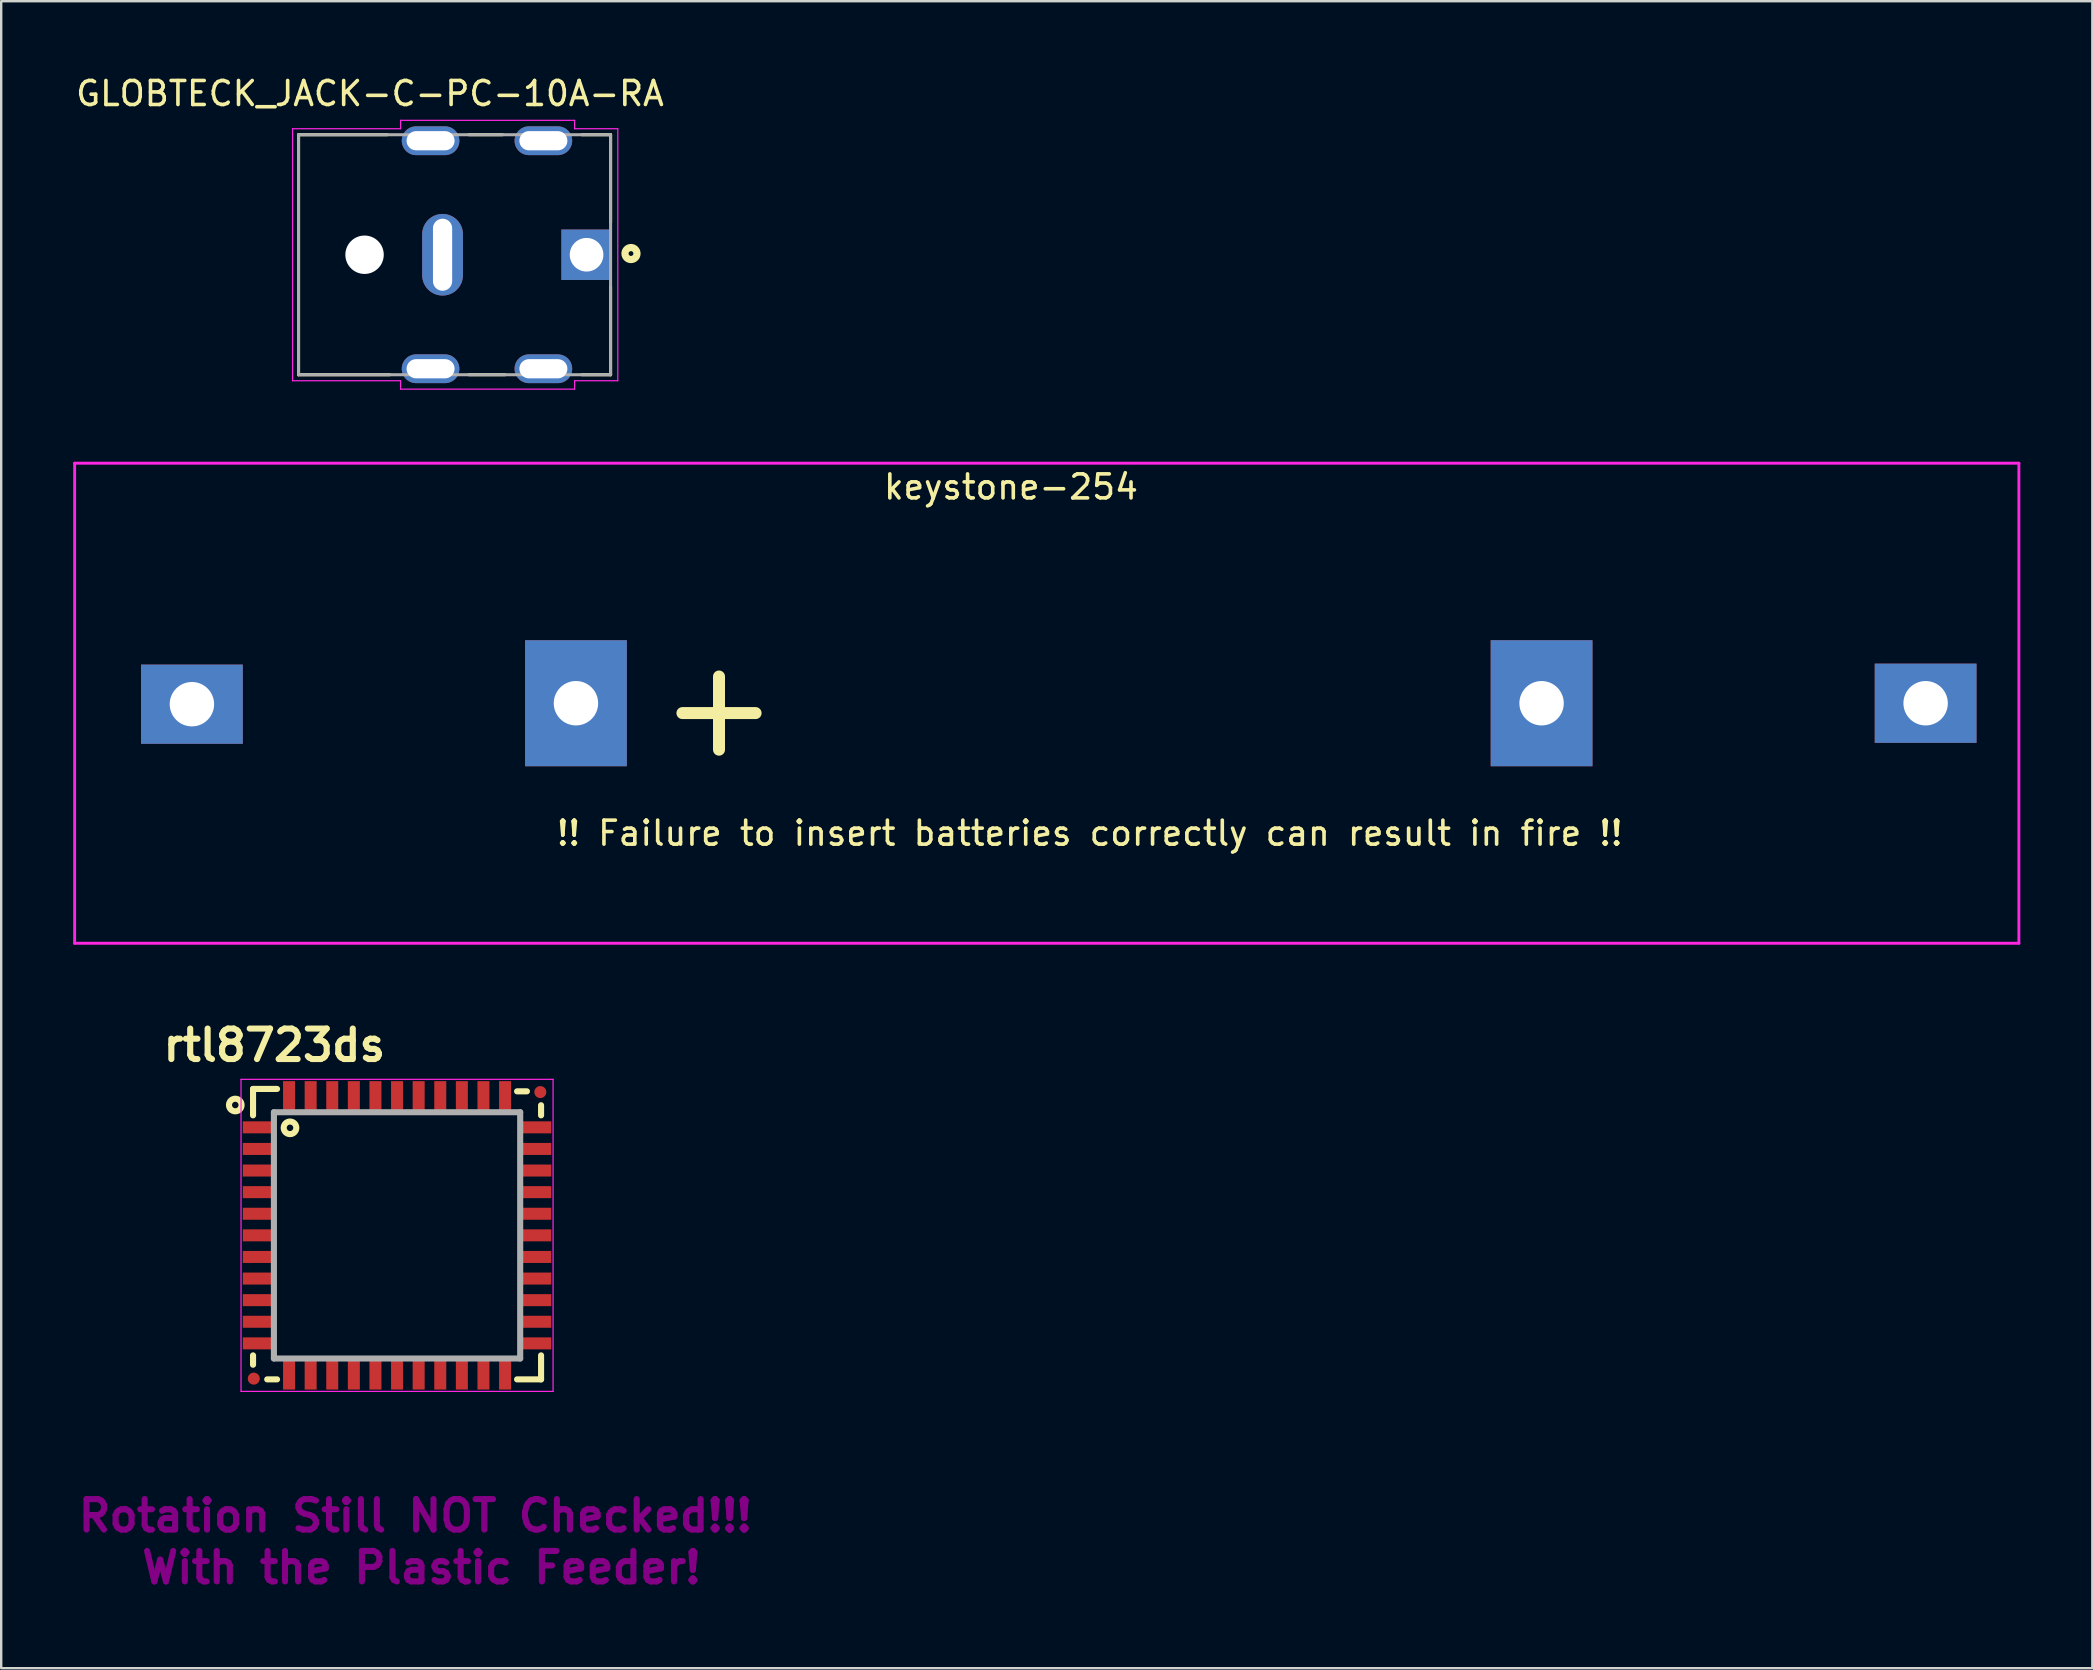
<source format=kicad_pcb>
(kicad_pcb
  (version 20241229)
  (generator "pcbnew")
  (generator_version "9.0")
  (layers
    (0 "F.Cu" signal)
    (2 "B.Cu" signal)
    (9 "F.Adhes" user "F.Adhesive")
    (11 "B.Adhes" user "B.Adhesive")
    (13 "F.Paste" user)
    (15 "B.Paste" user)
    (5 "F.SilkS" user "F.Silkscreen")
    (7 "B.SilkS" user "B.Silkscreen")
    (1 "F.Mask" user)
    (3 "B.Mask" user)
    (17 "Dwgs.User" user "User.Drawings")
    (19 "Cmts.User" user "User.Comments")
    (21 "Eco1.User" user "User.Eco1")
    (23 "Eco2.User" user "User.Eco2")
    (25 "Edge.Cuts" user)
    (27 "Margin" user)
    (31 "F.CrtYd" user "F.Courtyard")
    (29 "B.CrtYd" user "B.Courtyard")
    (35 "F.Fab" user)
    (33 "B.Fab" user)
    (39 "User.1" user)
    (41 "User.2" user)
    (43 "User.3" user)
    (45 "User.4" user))
  (footprint "GLOBTECK_JACK-C-PC-10A-RA"
    (layer "F.Cu")
    (at 15.888 7.563)
    (property "Reference" "GLOBTECK_JACK-C-PC-10A-RA" (at -3.525 -6.715 0) (layer "F.SilkS") (effects (font (size 1 1) (thickness 0.15))))
    (attr through_hole)
    (fp_line (start -6.5 -5) (end -6.5 5) (stroke (width 0.127) (type solid)) (layer "F.SilkS"))
    (fp_line (start -6.5 5) (end -2.7 5) (stroke (width 0.127) (type solid)) (layer "F.SilkS"))
    (fp_line (start -2.8 -5) (end -6.5 -5) (stroke (width 0.127) (type solid)) (layer "F.SilkS"))
    (fp_line (start 0.6 -5) (end 2 -5) (stroke (width 0.127) (type solid)) (layer "F.SilkS"))
    (fp_line (start 0.6 5) (end 2.1 5) (stroke (width 0.127) (type solid)) (layer "F.SilkS"))
    (fp_line (start 5.3 -5) (end 6.5 -5) (stroke (width 0.127) (type solid)) (layer "F.SilkS"))
    (fp_line (start 6.5 -5) (end 6.5 -1.35) (stroke (width 0.127) (type solid)) (layer "F.SilkS"))
    (fp_line (start 6.5 1.35) (end 6.5 5) (stroke (width 0.127) (type solid)) (layer "F.SilkS"))
    (fp_line (start 6.5 5) (end 5.3 5) (stroke (width 0.127) (type solid)) (layer "F.SilkS"))
    (fp_circle (center 7.35 -0.05) (end 7.45 -0.05) (stroke (width 0.3) (type solid)) (fill no) (layer "F.SilkS"))
    (fp_line (start -6.75 -5.25) (end -2.25 -5.25) (stroke (width 0.05) (type solid)) (layer "F.CrtYd"))
    (fp_line (start -6.75 5.25) (end -6.75 -5.25) (stroke (width 0.05) (type solid)) (layer "F.CrtYd"))
    (fp_line (start -2.25 -5.6) (end 5 -5.6) (stroke (width 0.05) (type solid)) (layer "F.CrtYd"))
    (fp_line (start -2.25 -5.25) (end -2.25 -5.6) (stroke (width 0.05) (type solid)) (layer "F.CrtYd"))
    (fp_line (start -2.25 5.25) (end -6.75 5.25) (stroke (width 0.05) (type solid)) (layer "F.CrtYd"))
    (fp_line (start -2.25 5.6) (end -2.25 5.25) (stroke (width 0.05) (type solid)) (layer "F.CrtYd"))
    (fp_line (start 5 -5.6) (end 5 -5.25) (stroke (width 0.05) (type solid)) (layer "F.CrtYd"))
    (fp_line (start 5 -5.25) (end 6.8 -5.25) (stroke (width 0.05) (type solid)) (layer "F.CrtYd"))
    (fp_line (start 5 5.25) (end 5 5.6) (stroke (width 0.05) (type solid)) (layer "F.CrtYd"))
    (fp_line (start 5 5.6) (end -2.25 5.6) (stroke (width 0.05) (type solid)) (layer "F.CrtYd"))
    (fp_line (start 6.8 -5.25) (end 6.8 5.25) (stroke (width 0.05) (type solid)) (layer "F.CrtYd"))
    (fp_line (start 6.8 5.25) (end 5 5.25) (stroke (width 0.05) (type solid)) (layer "F.CrtYd"))
    (fp_line (start -6.5 -5) (end -6.5 5) (stroke (width 0.127) (type solid)) (layer "F.Fab"))
    (fp_line (start -6.5 5) (end 6.5 5) (stroke (width 0.127) (type solid)) (layer "F.Fab"))
    (fp_line (start 6.5 -5) (end -6.5 -5) (stroke (width 0.127) (type solid)) (layer "F.Fab"))
    (fp_line (start 6.5 5) (end 6.5 -5) (stroke (width 0.127) (type solid)) (layer "F.Fab"))
    (pad "" np_thru_hole circle (at -3.75 0) (size 1.6 1.6) (drill 1.6) (layers "*.Cu" "*.Mask"))
    (pad "1" thru_hole rect (at 5.5 0) (size 2.1 2.1) (drill 1.4) (layers "*.Cu" "*.Mask"))
    (pad "2" thru_hole oval (at -1 -4.75) (size 2.4 1.2) (drill oval 2 0.8) (layers "*.Cu" "*.Mask"))
    (pad "2" thru_hole oval (at -1 4.75) (size 2.4 1.2) (drill oval 2 0.8) (layers "*.Cu" "*.Mask"))
    (pad "2" thru_hole oval (at -0.5 0) (size 1.7 3.4) (drill oval 0.8 3) (layers "*.Cu" "*.Mask"))
    (pad "2" thru_hole oval (at 3.7 -4.75) (size 2.4 1.2) (drill oval 2 0.8) (layers "*.Cu" "*.Mask"))
    (pad "2" thru_hole oval (at 3.7 4.75) (size 2.4 1.2) (drill oval 2 0.8) (layers "*.Cu" "*.Mask")))
  (footprint "rtl8723ds"
    (layer "F.Cu")
    (at 13.492 48.417)
    (property "Reference" "rtl8723ds" (at -5.11 -7.92 0) (layer "F.SilkS") (effects (font (size 1.27 1.27) (thickness 0.254))))
    (attr smd)
    (fp_line (start -6 -6.1) (end -6 -5) (stroke (width 0.254) (type solid)) (layer "F.SilkS"))
    (fp_line (start -6 -6.1) (end -5 -6.1) (stroke (width 0.254) (type solid)) (layer "F.SilkS"))
    (fp_line (start -6 5) (end -6 5.39) (stroke (width 0.254) (type solid)) (layer "F.SilkS"))
    (fp_line (start -5.41 6) (end -5 6) (stroke (width 0.254) (type solid)) (layer "F.SilkS"))
    (fp_line (start 5 -6) (end 5.41 -6) (stroke (width 0.254) (type solid)) (layer "F.SilkS"))
    (fp_line (start 6 -5) (end 6 -5.42) (stroke (width 0.254) (type solid)) (layer "F.SilkS"))
    (fp_line (start 6 6) (end 5 6) (stroke (width 0.254) (type solid)) (layer "F.SilkS"))
    (fp_line (start 6 6) (end 6 5) (stroke (width 0.254) (type solid)) (layer "F.SilkS"))
    (fp_circle (center -6.74 -5.43) (end -6.49 -5.51) (stroke (width 0.254) (type solid)) (fill no) (layer "F.SilkS"))
    (fp_circle (center -4.46 -4.48) (end -4.21 -4.56) (stroke (width 0.254) (type solid)) (fill no) (layer "F.SilkS"))
    (fp_line (start -6.5 -6.5) (end 6.5 -6.5) (stroke (width 0.05) (type default)) (layer "F.CrtYd"))
    (fp_line (start -6.5 6.5) (end -6.5 -6.5) (stroke (width 0.05) (type default)) (layer "F.CrtYd"))
    (fp_line (start 6.5 -6.5) (end 6.5 6.5) (stroke (width 0.05) (type default)) (layer "F.CrtYd"))
    (fp_line (start 6.5 6.5) (end -6.5 6.5) (stroke (width 0.05) (type default)) (layer "F.CrtYd"))
    (fp_line (start -5.13 -5.13) (end 5.13 -5.13) (stroke (width 0.254) (type solid)) (layer "F.Fab"))
    (fp_line (start -5.13 5.13) (end -5.13 -5.13) (stroke (width 0.254) (type solid)) (layer "F.Fab"))
    (fp_line (start 5.13 -5.13) (end 5.13 5.13) (stroke (width 0.254) (type solid)) (layer "F.Fab"))
    (fp_line (start 5.13 5.13) (end -5.13 5.13) (stroke (width 0.254) (type solid)) (layer "F.Fab"))
    (fp_text user "With the Plastic Feeder!" (at 1.016 13.843 0) (layer "F.Adhes") (effects (font (size 1.27 1.27) (thickness 0.254))))
    (fp_text user "Rotation Still NOT Checked!!!" (at 0.762 11.684 0) (layer "F.Adhes") (effects (font (size 1.27 1.27) (thickness 0.254))))
    (pad "1" smd rect (at -5.775 -4.5) (size 1.3 0.5) (layers "F.Cu" "F.Mask" "F.Paste"))
    (pad "2" smd rect (at -5.775 -3.6) (size 1.3 0.5) (layers "F.Cu" "F.Mask" "F.Paste"))
    (pad "3" smd rect (at -5.775 -2.7) (size 1.3 0.5) (layers "F.Cu" "F.Mask" "F.Paste"))
    (pad "4" smd rect (at -5.775 -1.8) (size 1.3 0.5) (layers "F.Cu" "F.Mask" "F.Paste"))
    (pad "5" smd rect (at -5.775 -0.9) (size 1.3 0.5) (layers "F.Cu" "F.Mask" "F.Paste"))
    (pad "6" smd rect (at -5.775 0) (size 1.3 0.5) (layers "F.Cu" "F.Mask" "F.Paste"))
    (pad "7" smd rect (at -5.775 0.9) (size 1.3 0.5) (layers "F.Cu" "F.Mask" "F.Paste"))
    (pad "8" smd rect (at -5.775 1.8) (size 1.3 0.5) (layers "F.Cu" "F.Mask" "F.Paste"))
    (pad "9" smd rect (at -5.775 2.7) (size 1.3 0.5) (layers "F.Cu" "F.Mask" "F.Paste"))
    (pad "10" smd rect (at -5.775 3.6) (size 1.3 0.5) (layers "F.Cu" "F.Mask" "F.Paste"))
    (pad "11" smd rect (at -5.775 4.5) (size 1.3 0.5) (layers "F.Cu" "F.Mask" "F.Paste"))
    (pad "12" smd rect (at -4.5 5.775 90) (size 1.3 0.5) (layers "F.Cu" "F.Mask" "F.Paste"))
    (pad "13" smd rect (at -3.6 5.775 90) (size 1.3 0.5) (layers "F.Cu" "F.Mask" "F.Paste"))
    (pad "14" smd rect (at -2.7 5.775 90) (size 1.3 0.5) (layers "F.Cu" "F.Mask" "F.Paste"))
    (pad "15" smd rect (at -1.8 5.775 90) (size 1.3 0.5) (layers "F.Cu" "F.Mask" "F.Paste"))
    (pad "16" smd rect (at -0.9 5.775 90) (size 1.3 0.5) (layers "F.Cu" "F.Mask" "F.Paste"))
    (pad "17" smd rect (at 0 5.775 90) (size 1.3 0.5) (layers "F.Cu" "F.Mask" "F.Paste"))
    (pad "18" smd rect (at 0.9 5.775 90) (size 1.3 0.5) (layers "F.Cu" "F.Mask" "F.Paste"))
    (pad "19" smd rect (at 1.8 5.775 90) (size 1.3 0.5) (layers "F.Cu" "F.Mask" "F.Paste"))
    (pad "20" smd rect (at 2.7 5.775 90) (size 1.3 0.5) (layers "F.Cu" "F.Mask" "F.Paste"))
    (pad "21" smd rect (at 3.6 5.775 90) (size 1.3 0.5) (layers "F.Cu" "F.Mask" "F.Paste"))
    (pad "22" smd rect (at 4.5 5.775 90) (size 1.3 0.5) (layers "F.Cu" "F.Mask" "F.Paste"))
    (pad "23" smd rect (at 5.775 4.5 180) (size 1.3 0.5) (layers "F.Cu" "F.Mask" "F.Paste"))
    (pad "24" smd rect (at 5.775 3.6 180) (size 1.3 0.5) (layers "F.Cu" "F.Mask" "F.Paste"))
    (pad "25" smd rect (at 5.775 2.7 180) (size 1.3 0.5) (layers "F.Cu" "F.Mask" "F.Paste"))
    (pad "26" smd rect (at 5.775 1.8 180) (size 1.3 0.5) (layers "F.Cu" "F.Mask" "F.Paste"))
    (pad "27" smd rect (at 5.775 0.9 180) (size 1.3 0.5) (layers "F.Cu" "F.Mask" "F.Paste"))
    (pad "28" smd rect (at 5.775 0 180) (size 1.3 0.5) (layers "F.Cu" "F.Mask" "F.Paste"))
    (pad "29" smd rect (at 5.775 -0.9 180) (size 1.3 0.5) (layers "F.Cu" "F.Mask" "F.Paste"))
    (pad "30" smd rect (at 5.775 -1.8 180) (size 1.3 0.5) (layers "F.Cu" "F.Mask" "F.Paste"))
    (pad "31" smd rect (at 5.775 -2.7 180) (size 1.3 0.5) (layers "F.Cu" "F.Mask" "F.Paste"))
    (pad "32" smd rect (at 5.775 -3.6 180) (size 1.3 0.5) (layers "F.Cu" "F.Mask" "F.Paste"))
    (pad "33" smd rect (at 5.775 -4.5 180) (size 1.3 0.5) (layers "F.Cu" "F.Mask" "F.Paste"))
    (pad "34" smd rect (at 4.5 -5.775 270) (size 1.3 0.5) (layers "F.Cu" "F.Mask" "F.Paste"))
    (pad "35" smd rect (at 3.6 -5.775 270) (size 1.3 0.5) (layers "F.Cu" "F.Mask" "F.Paste"))
    (pad "36" smd rect (at 2.7 -5.775 270) (size 1.3 0.5) (layers "F.Cu" "F.Mask" "F.Paste"))
    (pad "37" smd rect (at 1.8 -5.775 270) (size 1.3 0.5) (layers "F.Cu" "F.Mask" "F.Paste"))
    (pad "38" smd rect (at 0.9 -5.775 270) (size 1.3 0.5) (layers "F.Cu" "F.Mask" "F.Paste"))
    (pad "39" smd rect (at 0 -5.775 270) (size 1.3 0.5) (layers "F.Cu" "F.Mask" "F.Paste"))
    (pad "40" smd rect (at -0.9 -5.775 270) (size 1.3 0.5) (layers "F.Cu" "F.Mask" "F.Paste"))
    (pad "41" smd rect (at -1.8 -5.775 270) (size 1.3 0.5) (layers "F.Cu" "F.Mask" "F.Paste"))
    (pad "42" smd rect (at -2.7 -5.775 270) (size 1.3 0.5) (layers "F.Cu" "F.Mask" "F.Paste"))
    (pad "43" smd rect (at -3.6 -5.775 270) (size 1.3 0.5) (layers "F.Cu" "F.Mask" "F.Paste"))
    (pad "44" smd rect (at -4.5 -5.775 270) (size 1.3 0.5) (layers "F.Cu" "F.Mask" "F.Paste"))
    (pad "FID1" smd circle (at -5.969 5.969 270) (size 0.5 0.5) (layers "F.Cu" "F.Mask"))
    (pad "FID2" smd circle (at 5.969 -5.969 270) (size 0.5 0.5) (layers "F.Cu" "F.Mask")))
  (footprint "keystone-254"
    (layer "F.Cu")
    (at 41.06 26.248)
    (property "Reference" "keystone-254" (at -1.99 -9.01 0) (unlocked yes) (layer "F.SilkS") (effects (font (size 1 1) (thickness 0.15))))
    (attr smd)
    (fp_line (start -41 -10) (end -41 10) (stroke (width 0.12) (type default)) (layer "F.CrtYd"))
    (fp_line (start -41 10) (end 40 10) (stroke (width 0.12) (type default)) (layer "F.CrtYd"))
    (fp_line (start 40 -10) (end -41 -10) (stroke (width 0.12) (type default)) (layer "F.CrtYd"))
    (fp_line (start 40 10) (end 40 -10) (stroke (width 0.12) (type default)) (layer "F.CrtYd"))
    (fp_text user "!! Failure to insert batteries correctly can result in fire !!" (at -21 6 0) (unlocked yes) (layer "F.SilkS") (effects (font (size 1 1) (thickness 0.15)) (justify left bottom)))
    (fp_text user "+" (at -16.96 2.45 0) (unlocked yes) (layer "F.SilkS") (effects (font (size 4 4) (thickness 0.5)) (justify left bottom)))
    (pad "1" thru_hole rect (at -36.115 0.04) (size 4.24 3.3) (drill 1.85) (layers "*.Cu" "*.Mask" "F.Paste"))
    (pad "1" thru_hole rect (at -20.115 0) (size 4.24 5.25) (drill 1.85) (layers "*.Cu" "*.Mask" "F.Paste"))
    (pad "2" thru_hole rect (at 20.115 0) (size 4.24 5.25) (drill 1.85) (layers "*.Cu" "*.Mask" "F.Paste"))
    (pad "2" thru_hole rect (at 36.115 0) (size 4.24 3.3) (drill 1.85) (layers "*.Cu" "*.Mask" "F.Paste")))
  (gr_rect
    (start -3 -3)
    (end 84.12 66.449)
    (stroke (width 0.1) (type default))
    (fill no)
    (layer "Edge.Cuts")))
</source>
